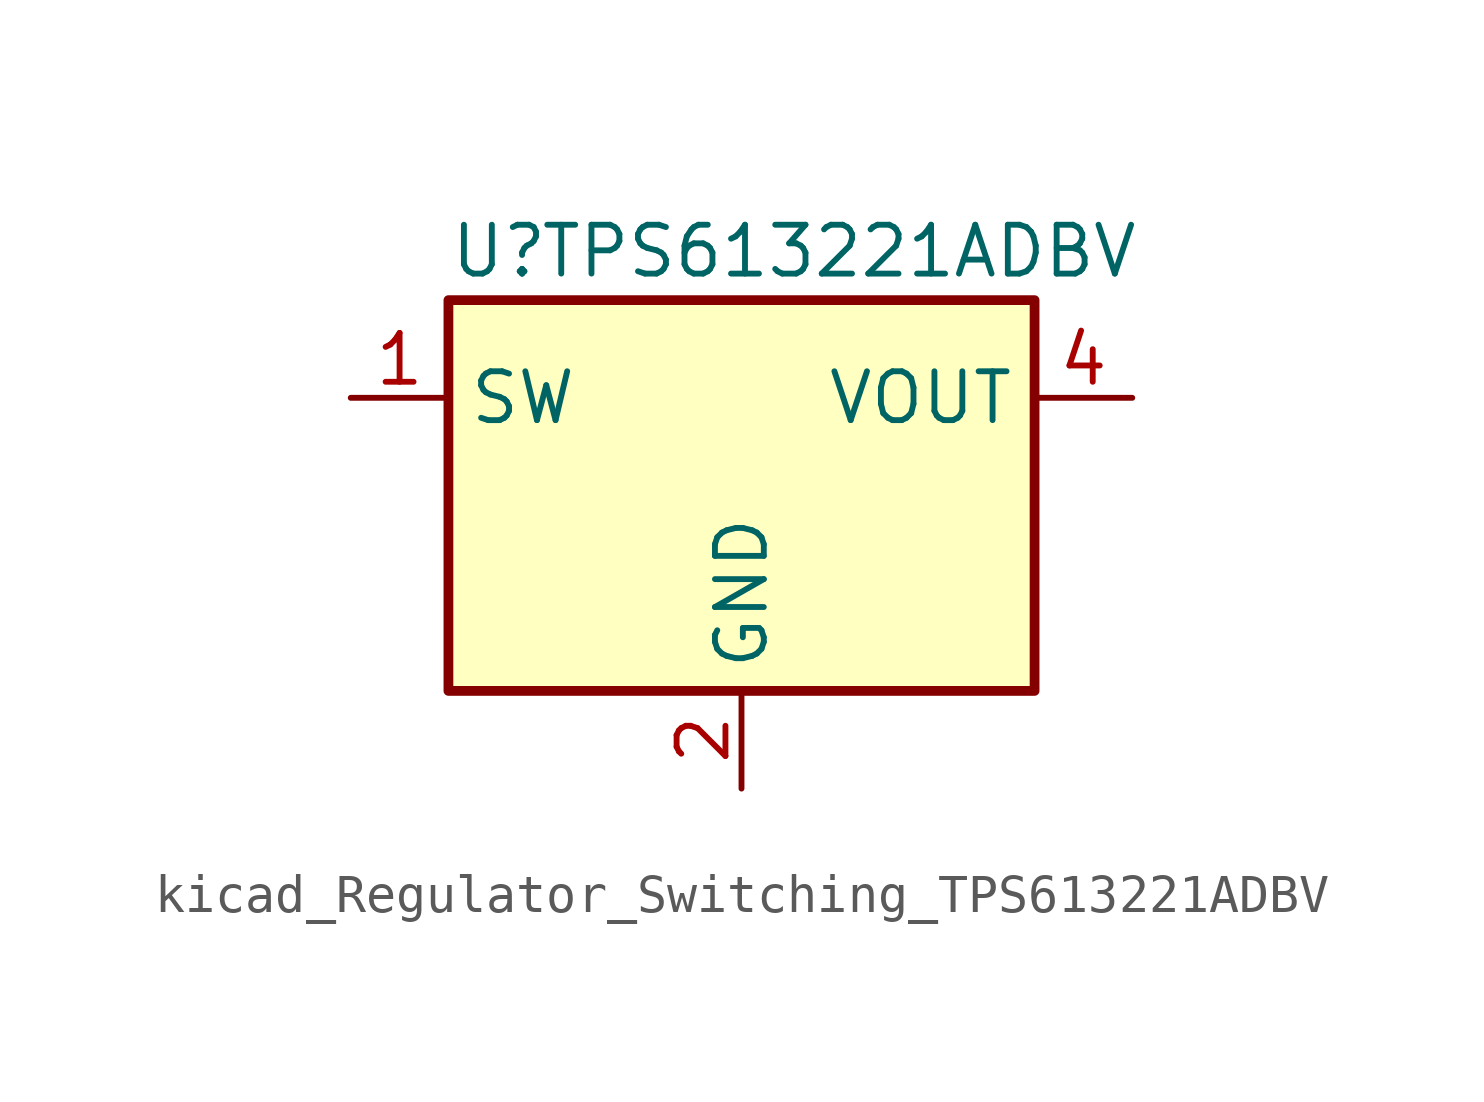
<source format=kicad_sym>
(kicad_symbol_lib
  (version 20220914)
  (generator kicad_symbol_editor)
  (symbol "kicad_Regulator_Switching_TPS613221ADBV"
    (property "Reference" "U"
      (at -7.62 6.35 0)
      (effects (font (size 1.27 1.27)) (justify left)))
    (property "Value" "TPS613221ADBV"
      (at 2.54 6.35 0)
      (effects (font (size 1.27 1.27))))
    (symbol "kicad_Regulator_Switching_TPS613221ADBV_0_1"
      (rectangle (start -7.62 5.08) (end 7.62 -5.08) (stroke (width 0.254) (type default)) (fill (type background))))
    (symbol "kicad_Regulator_Switching_TPS613221ADBV_1_1"
      (pin power_in line (at -10.16 2.54 0) (length 2.54) (name "SW" (effects (font (size 1.27 1.27)))) (number "1" (effects (font (size 1.27 1.27)))))
      (pin power_in line (at 0 -7.62 90) (length 2.54) (name "GND" (effects (font (size 1.27 1.27)))) (number "2" (effects (font (size 1.27 1.27)))))
      (pin no_connect line (at -7.62 -2.54 0) (length 2.54) hide (name "NC" (effects (font (size 1.27 1.27)))) (number "3" (effects (font (size 1.27 1.27)))))
      (pin power_out line (at 10.16 2.54 180) (length 2.54) (name "VOUT" (effects (font (size 1.27 1.27)))) (number "4" (effects (font (size 1.27 1.27)))))
      (pin no_connect line (at 7.62 -2.54 180) (length 2.54) hide (name "NC" (effects (font (size 1.27 1.27)))) (number "5" (effects (font (size 1.27 1.27))))))))
</source>
